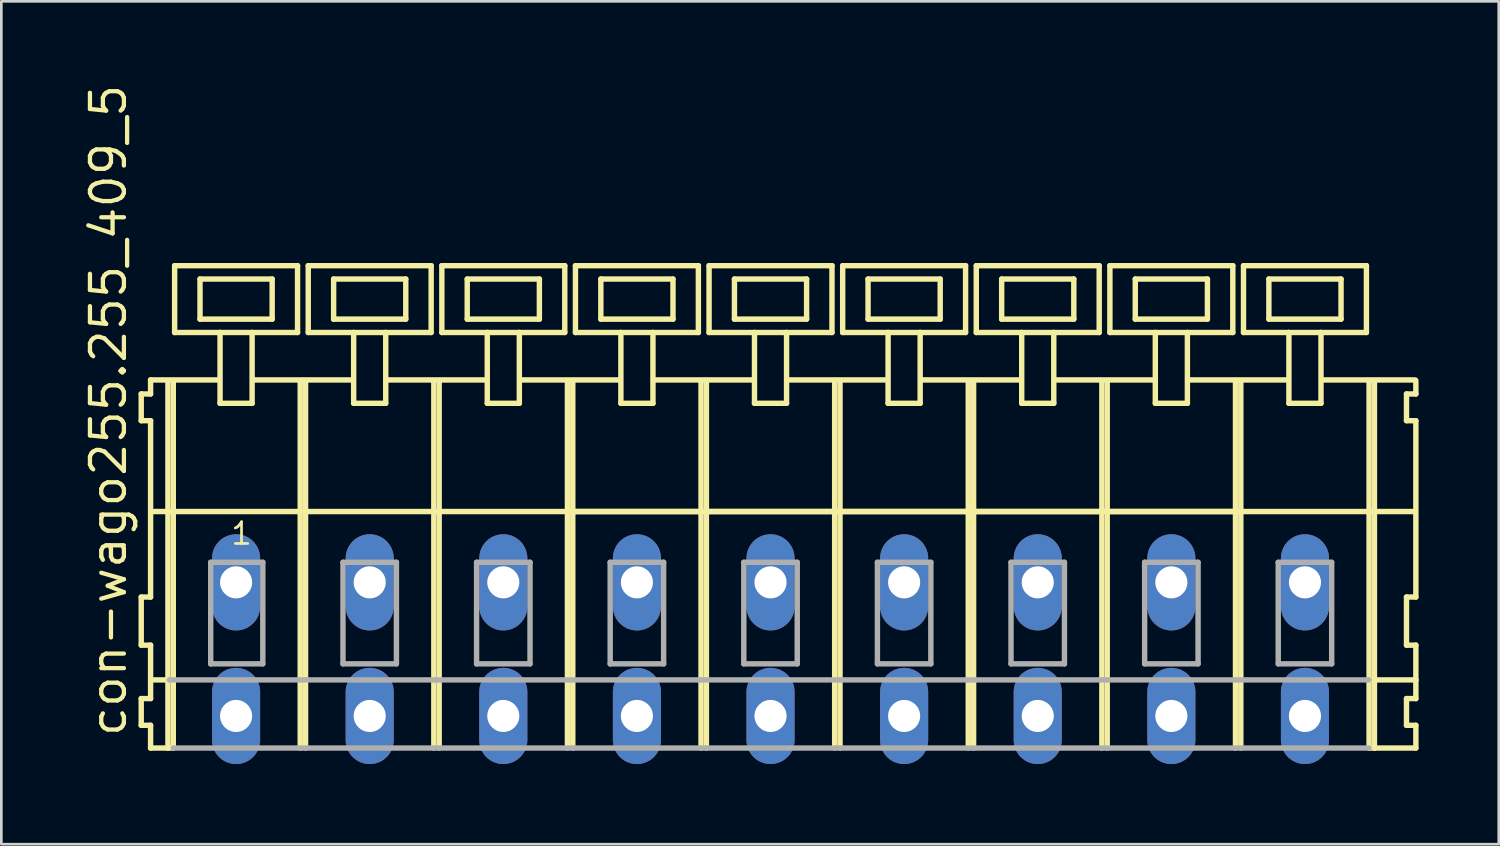
<source format=kicad_pcb>
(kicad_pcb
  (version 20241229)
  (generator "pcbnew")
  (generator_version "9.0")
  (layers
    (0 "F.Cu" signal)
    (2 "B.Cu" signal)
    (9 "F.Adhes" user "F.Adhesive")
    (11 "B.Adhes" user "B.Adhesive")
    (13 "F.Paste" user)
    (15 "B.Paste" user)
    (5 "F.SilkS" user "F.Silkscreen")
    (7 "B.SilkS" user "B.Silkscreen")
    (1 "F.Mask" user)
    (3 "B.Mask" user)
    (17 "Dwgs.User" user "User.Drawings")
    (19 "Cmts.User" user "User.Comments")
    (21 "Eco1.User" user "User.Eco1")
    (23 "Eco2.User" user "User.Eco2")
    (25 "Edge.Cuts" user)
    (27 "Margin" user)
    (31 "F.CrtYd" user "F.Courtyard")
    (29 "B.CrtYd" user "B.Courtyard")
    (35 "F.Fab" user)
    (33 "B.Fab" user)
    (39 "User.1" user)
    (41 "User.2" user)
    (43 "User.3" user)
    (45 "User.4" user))
  (footprint "con-wago255.255_409_5"
    (layer "F.Cu")
    (at 23.285 18.743)
    (property "Reference" "con-wago255.255_409_5" (at -21.535 5.855 90) (layer "F.SilkS") (effects (font (size 1.27 1.27) (thickness 0.16)) (justify left bottom)))
    (attr through_hole)
    (fp_line (start -21.05 -7.05) (end -21.05 -6.05) (stroke (width 0.203) (type default)) (layer "F.SilkS"))
    (fp_line (start -21.05 -6.05) (end -20.7 -6.05) (stroke (width 0.203) (type default)) (layer "F.SilkS"))
    (fp_line (start -21.05 0.55) (end -21.05 2.35) (stroke (width 0.203) (type default)) (layer "F.SilkS"))
    (fp_line (start -21.05 2.35) (end -20.7 2.35) (stroke (width 0.203) (type default)) (layer "F.SilkS"))
    (fp_line (start -21.05 4.35) (end -21.05 5.35) (stroke (width 0.203) (type default)) (layer "F.SilkS"))
    (fp_line (start -21.05 5.35) (end -20.7 5.35) (stroke (width 0.203) (type default)) (layer "F.SilkS"))
    (fp_line (start -20.7 -7.575) (end -20.7 -7.05) (stroke (width 0.203) (type default)) (layer "F.SilkS"))
    (fp_line (start -20.7 -7.575) (end -18.125 -7.575) (stroke (width 0.203) (type default)) (layer "F.SilkS"))
    (fp_line (start -20.7 -7.05) (end -21.05 -7.05) (stroke (width 0.203) (type default)) (layer "F.SilkS"))
    (fp_line (start -20.7 -6.05) (end -20.7 0.55) (stroke (width 0.203) (type default)) (layer "F.SilkS"))
    (fp_line (start -20.7 0.55) (end -21.05 0.55) (stroke (width 0.203) (type default)) (layer "F.SilkS"))
    (fp_line (start -20.7 2.35) (end -20.7 4.35) (stroke (width 0.203) (type default)) (layer "F.SilkS"))
    (fp_line (start -20.7 3.65) (end -20 3.65) (stroke (width 0.203) (type default)) (layer "F.SilkS"))
    (fp_line (start -20.7 4.35) (end -21.05 4.35) (stroke (width 0.203) (type default)) (layer "F.SilkS"))
    (fp_line (start -20.7 5.35) (end -20.7 6.2) (stroke (width 0.203) (type default)) (layer "F.SilkS"))
    (fp_line (start -20.7 6.2) (end -20.05 6.2) (stroke (width 0.203) (type default)) (layer "F.SilkS"))
    (fp_line (start -20.65 -2.65) (end -15.1 -2.65) (stroke (width 0.203) (type default)) (layer "F.SilkS"))
    (fp_line (start -20.05 -7.55) (end -20.05 6.2) (stroke (width 0.203) (type default)) (layer "F.SilkS"))
    (fp_line (start -20.05 6.2) (end -19.85 6.2) (stroke (width 0.203) (type default)) (layer "F.SilkS"))
    (fp_line (start -19.85 -7.55) (end -19.85 6.2) (stroke (width 0.203) (type default)) (layer "F.SilkS"))
    (fp_line (start -19.8 -11.85) (end -19.8 -9.35) (stroke (width 0.203) (type default)) (layer "F.SilkS"))
    (fp_line (start -19.8 -9.35) (end -18.1 -9.35) (stroke (width 0.203) (type default)) (layer "F.SilkS"))
    (fp_line (start -18.85 -11.35) (end -18.85 -9.85) (stroke (width 0.203) (type default)) (layer "F.SilkS"))
    (fp_line (start -18.85 -9.85) (end -16.15 -9.85) (stroke (width 0.203) (type default)) (layer "F.SilkS"))
    (fp_line (start -18.1 -9.35) (end -18.1 -6.7) (stroke (width 0.203) (type default)) (layer "F.SilkS"))
    (fp_line (start -18.1 -9.35) (end -16.9 -9.35) (stroke (width 0.203) (type default)) (layer "F.SilkS"))
    (fp_line (start -18.1 -6.7) (end -16.9 -6.7) (stroke (width 0.203) (type default)) (layer "F.SilkS"))
    (fp_line (start -16.9 -9.35) (end -15.2 -9.35) (stroke (width 0.203) (type default)) (layer "F.SilkS"))
    (fp_line (start -16.9 -6.7) (end -16.9 -9.35) (stroke (width 0.203) (type default)) (layer "F.SilkS"))
    (fp_line (start -16.825 -7.575) (end -13.125 -7.575) (stroke (width 0.203) (type default)) (layer "F.SilkS"))
    (fp_line (start -16.15 -11.35) (end -18.85 -11.35) (stroke (width 0.203) (type default)) (layer "F.SilkS"))
    (fp_line (start -16.15 -9.85) (end -16.15 -11.35) (stroke (width 0.203) (type default)) (layer "F.SilkS"))
    (fp_line (start -15.2 -11.85) (end -19.8 -11.85) (stroke (width 0.203) (type default)) (layer "F.SilkS"))
    (fp_line (start -15.2 -9.35) (end -15.2 -11.85) (stroke (width 0.203) (type default)) (layer "F.SilkS"))
    (fp_line (start -15.1 -7.55) (end -15.1 -2.65) (stroke (width 0.203) (type default)) (layer "F.SilkS"))
    (fp_line (start -15.1 -2.65) (end -15.1 6.2) (stroke (width 0.203) (type default)) (layer "F.SilkS"))
    (fp_line (start -14.9 -7.55) (end -14.9 -2.65) (stroke (width 0.203) (type default)) (layer "F.SilkS"))
    (fp_line (start -14.9 -2.65) (end -14.9 6.2) (stroke (width 0.203) (type default)) (layer "F.SilkS"))
    (fp_line (start -14.9 -2.65) (end -10.1 -2.65) (stroke (width 0.203) (type default)) (layer "F.SilkS"))
    (fp_line (start -14.8 -11.85) (end -14.8 -9.35) (stroke (width 0.203) (type default)) (layer "F.SilkS"))
    (fp_line (start -14.8 -9.35) (end -13.1 -9.35) (stroke (width 0.203) (type default)) (layer "F.SilkS"))
    (fp_line (start -13.85 -11.35) (end -13.85 -9.85) (stroke (width 0.203) (type default)) (layer "F.SilkS"))
    (fp_line (start -13.85 -9.85) (end -11.15 -9.85) (stroke (width 0.203) (type default)) (layer "F.SilkS"))
    (fp_line (start -13.1 -9.35) (end -13.1 -6.7) (stroke (width 0.203) (type default)) (layer "F.SilkS"))
    (fp_line (start -13.1 -9.35) (end -11.9 -9.35) (stroke (width 0.203) (type default)) (layer "F.SilkS"))
    (fp_line (start -13.1 -6.7) (end -11.9 -6.7) (stroke (width 0.203) (type default)) (layer "F.SilkS"))
    (fp_line (start -11.9 -9.35) (end -10.2 -9.35) (stroke (width 0.203) (type default)) (layer "F.SilkS"))
    (fp_line (start -11.9 -6.7) (end -11.9 -9.35) (stroke (width 0.203) (type default)) (layer "F.SilkS"))
    (fp_line (start -11.875 -7.575) (end -8.125 -7.575) (stroke (width 0.203) (type default)) (layer "F.SilkS"))
    (fp_line (start -11.15 -11.35) (end -13.85 -11.35) (stroke (width 0.203) (type default)) (layer "F.SilkS"))
    (fp_line (start -11.15 -9.85) (end -11.15 -11.35) (stroke (width 0.203) (type default)) (layer "F.SilkS"))
    (fp_line (start -10.2 -11.85) (end -14.8 -11.85) (stroke (width 0.203) (type default)) (layer "F.SilkS"))
    (fp_line (start -10.2 -9.35) (end -10.2 -11.85) (stroke (width 0.203) (type default)) (layer "F.SilkS"))
    (fp_line (start -10.1 -7.55) (end -10.1 -2.65) (stroke (width 0.203) (type default)) (layer "F.SilkS"))
    (fp_line (start -10.1 -2.65) (end -10.1 6.2) (stroke (width 0.203) (type default)) (layer "F.SilkS"))
    (fp_line (start -10.1 -2.65) (end -9.9 -2.65) (stroke (width 0.203) (type default)) (layer "F.SilkS"))
    (fp_line (start -9.9 -7.55) (end -9.9 -2.65) (stroke (width 0.203) (type default)) (layer "F.SilkS"))
    (fp_line (start -9.9 -2.65) (end -9.9 6.2) (stroke (width 0.203) (type default)) (layer "F.SilkS"))
    (fp_line (start -9.9 -2.65) (end -5.1 -2.65) (stroke (width 0.203) (type default)) (layer "F.SilkS"))
    (fp_line (start -9.8 -11.85) (end -9.8 -9.35) (stroke (width 0.203) (type default)) (layer "F.SilkS"))
    (fp_line (start -9.8 -9.35) (end -8.1 -9.35) (stroke (width 0.203) (type default)) (layer "F.SilkS"))
    (fp_line (start -8.85 -11.35) (end -8.85 -9.85) (stroke (width 0.203) (type default)) (layer "F.SilkS"))
    (fp_line (start -8.85 -9.85) (end -6.15 -9.85) (stroke (width 0.203) (type default)) (layer "F.SilkS"))
    (fp_line (start -8.1 -9.35) (end -8.1 -6.7) (stroke (width 0.203) (type default)) (layer "F.SilkS"))
    (fp_line (start -8.1 -9.35) (end -6.9 -9.35) (stroke (width 0.203) (type default)) (layer "F.SilkS"))
    (fp_line (start -8.1 -6.7) (end -6.9 -6.7) (stroke (width 0.203) (type default)) (layer "F.SilkS"))
    (fp_line (start -6.9 -9.35) (end -5.2 -9.35) (stroke (width 0.203) (type default)) (layer "F.SilkS"))
    (fp_line (start -6.9 -6.7) (end -6.9 -9.35) (stroke (width 0.203) (type default)) (layer "F.SilkS"))
    (fp_line (start -6.875 -7.575) (end -3.125 -7.575) (stroke (width 0.203) (type default)) (layer "F.SilkS"))
    (fp_line (start -6.15 -11.35) (end -8.85 -11.35) (stroke (width 0.203) (type default)) (layer "F.SilkS"))
    (fp_line (start -6.15 -9.85) (end -6.15 -11.35) (stroke (width 0.203) (type default)) (layer "F.SilkS"))
    (fp_line (start -5.2 -11.85) (end -9.8 -11.85) (stroke (width 0.203) (type default)) (layer "F.SilkS"))
    (fp_line (start -5.2 -9.35) (end -5.2 -11.85) (stroke (width 0.203) (type default)) (layer "F.SilkS"))
    (fp_line (start -5.1 -7.55) (end -5.1 -2.65) (stroke (width 0.203) (type default)) (layer "F.SilkS"))
    (fp_line (start -5.1 -2.65) (end -5.1 6.2) (stroke (width 0.203) (type default)) (layer "F.SilkS"))
    (fp_line (start -5.1 -2.65) (end -4.9 -2.65) (stroke (width 0.203) (type default)) (layer "F.SilkS"))
    (fp_line (start -5.1 -2.65) (end 24.9 -2.65) (stroke (width 0.203) (type default)) (layer "F.SilkS"))
    (fp_line (start -4.9 -7.55) (end -4.9 -2.65) (stroke (width 0.203) (type default)) (layer "F.SilkS"))
    (fp_line (start -4.9 -2.65) (end -4.9 6.2) (stroke (width 0.203) (type default)) (layer "F.SilkS"))
    (fp_line (start -4.9 -2.65) (end -0.1 -2.65) (stroke (width 0.203) (type default)) (layer "F.SilkS"))
    (fp_line (start -4.8 -11.85) (end -4.8 -9.35) (stroke (width 0.203) (type default)) (layer "F.SilkS"))
    (fp_line (start -4.8 -9.35) (end -3.1 -9.35) (stroke (width 0.203) (type default)) (layer "F.SilkS"))
    (fp_line (start -3.85 -11.35) (end -3.85 -9.85) (stroke (width 0.203) (type default)) (layer "F.SilkS"))
    (fp_line (start -3.85 -9.85) (end -1.15 -9.85) (stroke (width 0.203) (type default)) (layer "F.SilkS"))
    (fp_line (start -3.1 -9.35) (end -3.1 -6.7) (stroke (width 0.203) (type default)) (layer "F.SilkS"))
    (fp_line (start -3.1 -9.35) (end -1.9 -9.35) (stroke (width 0.203) (type default)) (layer "F.SilkS"))
    (fp_line (start -3.1 -6.7) (end -1.9 -6.7) (stroke (width 0.203) (type default)) (layer "F.SilkS"))
    (fp_line (start -1.9 -9.35) (end -0.2 -9.35) (stroke (width 0.203) (type default)) (layer "F.SilkS"))
    (fp_line (start -1.9 -6.7) (end -1.9 -9.35) (stroke (width 0.203) (type default)) (layer "F.SilkS"))
    (fp_line (start -1.875 -7.575) (end 1.875 -7.575) (stroke (width 0.203) (type default)) (layer "F.SilkS"))
    (fp_line (start -1.15 -11.35) (end -3.85 -11.35) (stroke (width 0.203) (type default)) (layer "F.SilkS"))
    (fp_line (start -1.15 -9.85) (end -1.15 -11.35) (stroke (width 0.203) (type default)) (layer "F.SilkS"))
    (fp_line (start -0.2 -11.85) (end -4.8 -11.85) (stroke (width 0.203) (type default)) (layer "F.SilkS"))
    (fp_line (start -0.2 -9.35) (end -0.2 -11.85) (stroke (width 0.203) (type default)) (layer "F.SilkS"))
    (fp_line (start -0.1 -7.55) (end -0.1 -2.65) (stroke (width 0.203) (type default)) (layer "F.SilkS"))
    (fp_line (start -0.1 -2.65) (end -0.1 6.2) (stroke (width 0.203) (type default)) (layer "F.SilkS"))
    (fp_line (start -0.1 -2.65) (end 0.1 -2.65) (stroke (width 0.203) (type default)) (layer "F.SilkS"))
    (fp_line (start 0.1 -7.55) (end 0.1 -2.65) (stroke (width 0.203) (type default)) (layer "F.SilkS"))
    (fp_line (start 0.1 -2.65) (end 0.1 6.2) (stroke (width 0.203) (type default)) (layer "F.SilkS"))
    (fp_line (start 0.1 -2.65) (end 4.9 -2.65) (stroke (width 0.203) (type default)) (layer "F.SilkS"))
    (fp_line (start 0.2 -11.85) (end 0.2 -9.35) (stroke (width 0.203) (type default)) (layer "F.SilkS"))
    (fp_line (start 0.2 -9.35) (end 1.9 -9.35) (stroke (width 0.203) (type default)) (layer "F.SilkS"))
    (fp_line (start 1.15 -11.35) (end 1.15 -9.85) (stroke (width 0.203) (type default)) (layer "F.SilkS"))
    (fp_line (start 1.15 -9.85) (end 3.85 -9.85) (stroke (width 0.203) (type default)) (layer "F.SilkS"))
    (fp_line (start 1.9 -9.35) (end 1.9 -6.7) (stroke (width 0.203) (type default)) (layer "F.SilkS"))
    (fp_line (start 1.9 -9.35) (end 3.1 -9.35) (stroke (width 0.203) (type default)) (layer "F.SilkS"))
    (fp_line (start 1.9 -6.7) (end 3.1 -6.7) (stroke (width 0.203) (type default)) (layer "F.SilkS"))
    (fp_line (start 3.1 -9.35) (end 4.8 -9.35) (stroke (width 0.203) (type default)) (layer "F.SilkS"))
    (fp_line (start 3.1 -6.7) (end 3.1 -9.35) (stroke (width 0.203) (type default)) (layer "F.SilkS"))
    (fp_line (start 3.125 -7.575) (end 6.875 -7.575) (stroke (width 0.203) (type default)) (layer "F.SilkS"))
    (fp_line (start 3.85 -11.35) (end 1.15 -11.35) (stroke (width 0.203) (type default)) (layer "F.SilkS"))
    (fp_line (start 3.85 -9.85) (end 3.85 -11.35) (stroke (width 0.203) (type default)) (layer "F.SilkS"))
    (fp_line (start 4.8 -11.85) (end 0.2 -11.85) (stroke (width 0.203) (type default)) (layer "F.SilkS"))
    (fp_line (start 4.8 -9.35) (end 4.8 -11.85) (stroke (width 0.203) (type default)) (layer "F.SilkS"))
    (fp_line (start 4.9 -7.55) (end 4.9 -2.65) (stroke (width 0.203) (type default)) (layer "F.SilkS"))
    (fp_line (start 4.9 -2.65) (end 4.9 6.2) (stroke (width 0.203) (type default)) (layer "F.SilkS"))
    (fp_line (start 4.9 -2.65) (end 5.1 -2.65) (stroke (width 0.203) (type default)) (layer "F.SilkS"))
    (fp_line (start 5.1 -7.55) (end 5.1 -2.65) (stroke (width 0.203) (type default)) (layer "F.SilkS"))
    (fp_line (start 5.1 -2.65) (end 5.1 6.2) (stroke (width 0.203) (type default)) (layer "F.SilkS"))
    (fp_line (start 5.1 -2.65) (end 9.9 -2.65) (stroke (width 0.203) (type default)) (layer "F.SilkS"))
    (fp_line (start 5.2 -11.85) (end 5.2 -9.35) (stroke (width 0.203) (type default)) (layer "F.SilkS"))
    (fp_line (start 5.2 -9.35) (end 6.9 -9.35) (stroke (width 0.203) (type default)) (layer "F.SilkS"))
    (fp_line (start 6.15 -11.35) (end 6.15 -9.85) (stroke (width 0.203) (type default)) (layer "F.SilkS"))
    (fp_line (start 6.15 -9.85) (end 8.85 -9.85) (stroke (width 0.203) (type default)) (layer "F.SilkS"))
    (fp_line (start 6.9 -9.35) (end 6.9 -6.7) (stroke (width 0.203) (type default)) (layer "F.SilkS"))
    (fp_line (start 6.9 -9.35) (end 8.1 -9.35) (stroke (width 0.203) (type default)) (layer "F.SilkS"))
    (fp_line (start 6.9 -6.7) (end 8.1 -6.7) (stroke (width 0.203) (type default)) (layer "F.SilkS"))
    (fp_line (start 8.1 -9.35) (end 9.8 -9.35) (stroke (width 0.203) (type default)) (layer "F.SilkS"))
    (fp_line (start 8.1 -6.7) (end 8.1 -9.35) (stroke (width 0.203) (type default)) (layer "F.SilkS"))
    (fp_line (start 8.125 -7.575) (end 11.875 -7.575) (stroke (width 0.203) (type default)) (layer "F.SilkS"))
    (fp_line (start 8.85 -11.35) (end 6.15 -11.35) (stroke (width 0.203) (type default)) (layer "F.SilkS"))
    (fp_line (start 8.85 -9.85) (end 8.85 -11.35) (stroke (width 0.203) (type default)) (layer "F.SilkS"))
    (fp_line (start 9.8 -11.85) (end 5.2 -11.85) (stroke (width 0.203) (type default)) (layer "F.SilkS"))
    (fp_line (start 9.8 -9.35) (end 9.8 -11.85) (stroke (width 0.203) (type default)) (layer "F.SilkS"))
    (fp_line (start 9.9 -7.55) (end 9.9 -2.65) (stroke (width 0.203) (type default)) (layer "F.SilkS"))
    (fp_line (start 9.9 -2.65) (end 9.9 6.2) (stroke (width 0.203) (type default)) (layer "F.SilkS"))
    (fp_line (start 9.9 -2.65) (end 10.1 -2.65) (stroke (width 0.203) (type default)) (layer "F.SilkS"))
    (fp_line (start 10.1 -7.55) (end 10.1 -2.65) (stroke (width 0.203) (type default)) (layer "F.SilkS"))
    (fp_line (start 10.1 -2.65) (end 10.1 6.2) (stroke (width 0.203) (type default)) (layer "F.SilkS"))
    (fp_line (start 10.1 -2.65) (end 14.9 -2.65) (stroke (width 0.203) (type default)) (layer "F.SilkS"))
    (fp_line (start 10.2 -11.85) (end 10.2 -9.35) (stroke (width 0.203) (type default)) (layer "F.SilkS"))
    (fp_line (start 10.2 -9.35) (end 11.9 -9.35) (stroke (width 0.203) (type default)) (layer "F.SilkS"))
    (fp_line (start 11.15 -11.35) (end 11.15 -9.85) (stroke (width 0.203) (type default)) (layer "F.SilkS"))
    (fp_line (start 11.15 -9.85) (end 13.85 -9.85) (stroke (width 0.203) (type default)) (layer "F.SilkS"))
    (fp_line (start 11.9 -9.35) (end 11.9 -6.7) (stroke (width 0.203) (type default)) (layer "F.SilkS"))
    (fp_line (start 11.9 -9.35) (end 13.1 -9.35) (stroke (width 0.203) (type default)) (layer "F.SilkS"))
    (fp_line (start 11.9 -6.7) (end 13.1 -6.7) (stroke (width 0.203) (type default)) (layer "F.SilkS"))
    (fp_line (start 13.1 -9.35) (end 14.8 -9.35) (stroke (width 0.203) (type default)) (layer "F.SilkS"))
    (fp_line (start 13.1 -6.7) (end 13.1 -9.35) (stroke (width 0.203) (type default)) (layer "F.SilkS"))
    (fp_line (start 13.125 -7.575) (end 16.875 -7.575) (stroke (width 0.203) (type default)) (layer "F.SilkS"))
    (fp_line (start 13.85 -11.35) (end 11.15 -11.35) (stroke (width 0.203) (type default)) (layer "F.SilkS"))
    (fp_line (start 13.85 -9.85) (end 13.85 -11.35) (stroke (width 0.203) (type default)) (layer "F.SilkS"))
    (fp_line (start 14.8 -11.85) (end 10.2 -11.85) (stroke (width 0.203) (type default)) (layer "F.SilkS"))
    (fp_line (start 14.8 -9.35) (end 14.8 -11.85) (stroke (width 0.203) (type default)) (layer "F.SilkS"))
    (fp_line (start 14.9 -7.55) (end 14.9 -2.65) (stroke (width 0.203) (type default)) (layer "F.SilkS"))
    (fp_line (start 14.9 -2.65) (end 14.9 6.2) (stroke (width 0.203) (type default)) (layer "F.SilkS"))
    (fp_line (start 14.9 -2.65) (end 15.1 -2.65) (stroke (width 0.203) (type default)) (layer "F.SilkS"))
    (fp_line (start 15.1 -7.55) (end 15.1 -2.65) (stroke (width 0.203) (type default)) (layer "F.SilkS"))
    (fp_line (start 15.1 -2.65) (end 15.1 6.2) (stroke (width 0.203) (type default)) (layer "F.SilkS"))
    (fp_line (start 15.1 -2.65) (end 19.9 -2.65) (stroke (width 0.203) (type default)) (layer "F.SilkS"))
    (fp_line (start 15.2 -11.85) (end 15.2 -9.35) (stroke (width 0.203) (type default)) (layer "F.SilkS"))
    (fp_line (start 15.2 -9.35) (end 16.9 -9.35) (stroke (width 0.203) (type default)) (layer "F.SilkS"))
    (fp_line (start 16.15 -11.35) (end 16.15 -9.85) (stroke (width 0.203) (type default)) (layer "F.SilkS"))
    (fp_line (start 16.15 -9.85) (end 18.85 -9.85) (stroke (width 0.203) (type default)) (layer "F.SilkS"))
    (fp_line (start 16.9 -9.35) (end 16.9 -6.7) (stroke (width 0.203) (type default)) (layer "F.SilkS"))
    (fp_line (start 16.9 -9.35) (end 18.1 -9.35) (stroke (width 0.203) (type default)) (layer "F.SilkS"))
    (fp_line (start 16.9 -6.7) (end 18.1 -6.7) (stroke (width 0.203) (type default)) (layer "F.SilkS"))
    (fp_line (start 18.1 -9.35) (end 19.8 -9.35) (stroke (width 0.203) (type default)) (layer "F.SilkS"))
    (fp_line (start 18.1 -6.7) (end 18.1 -9.35) (stroke (width 0.203) (type default)) (layer "F.SilkS"))
    (fp_line (start 18.125 -7.575) (end 21.875 -7.575) (stroke (width 0.203) (type default)) (layer "F.SilkS"))
    (fp_line (start 18.85 -11.35) (end 16.15 -11.35) (stroke (width 0.203) (type default)) (layer "F.SilkS"))
    (fp_line (start 18.85 -9.85) (end 18.85 -11.35) (stroke (width 0.203) (type default)) (layer "F.SilkS"))
    (fp_line (start 19.8 -11.85) (end 15.2 -11.85) (stroke (width 0.203) (type default)) (layer "F.SilkS"))
    (fp_line (start 19.8 -9.35) (end 19.8 -11.85) (stroke (width 0.203) (type default)) (layer "F.SilkS"))
    (fp_line (start 19.9 -7.55) (end 19.9 -2.65) (stroke (width 0.203) (type default)) (layer "F.SilkS"))
    (fp_line (start 19.9 -2.65) (end 19.9 6.2) (stroke (width 0.203) (type default)) (layer "F.SilkS"))
    (fp_line (start 19.9 -2.65) (end 20.1 -2.65) (stroke (width 0.203) (type default)) (layer "F.SilkS"))
    (fp_line (start 20.1 -7.55) (end 20.1 -2.65) (stroke (width 0.203) (type default)) (layer "F.SilkS"))
    (fp_line (start 20.1 -2.65) (end 20.1 6.2) (stroke (width 0.203) (type default)) (layer "F.SilkS"))
    (fp_line (start 20.2 -11.85) (end 20.2 -9.35) (stroke (width 0.203) (type default)) (layer "F.SilkS"))
    (fp_line (start 20.2 -9.35) (end 21.9 -9.35) (stroke (width 0.203) (type default)) (layer "F.SilkS"))
    (fp_line (start 21.15 -11.35) (end 21.15 -9.85) (stroke (width 0.203) (type default)) (layer "F.SilkS"))
    (fp_line (start 21.15 -9.85) (end 23.85 -9.85) (stroke (width 0.203) (type default)) (layer "F.SilkS"))
    (fp_line (start 21.9 -9.35) (end 21.9 -6.7) (stroke (width 0.203) (type default)) (layer "F.SilkS"))
    (fp_line (start 21.9 -9.35) (end 23.1 -9.35) (stroke (width 0.203) (type default)) (layer "F.SilkS"))
    (fp_line (start 21.9 -6.7) (end 23.1 -6.7) (stroke (width 0.203) (type default)) (layer "F.SilkS"))
    (fp_line (start 23.1 -9.35) (end 24.8 -9.35) (stroke (width 0.203) (type default)) (layer "F.SilkS"))
    (fp_line (start 23.1 -6.7) (end 23.1 -9.35) (stroke (width 0.203) (type default)) (layer "F.SilkS"))
    (fp_line (start 23.125 -7.575) (end 26.625 -7.575) (stroke (width 0.203) (type default)) (layer "F.SilkS"))
    (fp_line (start 23.85 -11.35) (end 21.15 -11.35) (stroke (width 0.203) (type default)) (layer "F.SilkS"))
    (fp_line (start 23.85 -9.85) (end 23.85 -11.35) (stroke (width 0.203) (type default)) (layer "F.SilkS"))
    (fp_line (start 24.8 -11.85) (end 20.2 -11.85) (stroke (width 0.203) (type default)) (layer "F.SilkS"))
    (fp_line (start 24.8 -9.35) (end 24.8 -11.85) (stroke (width 0.203) (type default)) (layer "F.SilkS"))
    (fp_line (start 24.9 -7.55) (end 24.9 -2.65) (stroke (width 0.203) (type default)) (layer "F.SilkS"))
    (fp_line (start 24.9 -2.65) (end 24.9 6.2) (stroke (width 0.203) (type default)) (layer "F.SilkS"))
    (fp_line (start 24.9 -2.65) (end 25.1 -2.65) (stroke (width 0.203) (type default)) (layer "F.SilkS"))
    (fp_line (start 24.9 6.2) (end 25.1 6.2) (stroke (width 0.203) (type default)) (layer "F.SilkS"))
    (fp_line (start 24.95 3.65) (end 26.65 3.65) (stroke (width 0.203) (type default)) (layer "F.SilkS"))
    (fp_line (start 25.1 -7.55) (end 25.1 -2.65) (stroke (width 0.203) (type default)) (layer "F.SilkS"))
    (fp_line (start 25.1 -2.65) (end 25.1 6.2) (stroke (width 0.203) (type default)) (layer "F.SilkS"))
    (fp_line (start 25.1 -2.65) (end 26.6 -2.65) (stroke (width 0.203) (type default)) (layer "F.SilkS"))
    (fp_line (start 25.1 6.2) (end 26.65 6.2) (stroke (width 0.203) (type default)) (layer "F.SilkS"))
    (fp_line (start 26.3 -7.05) (end 26.3 -6.05) (stroke (width 0.203) (type default)) (layer "F.SilkS"))
    (fp_line (start 26.3 -6.05) (end 26.65 -6.05) (stroke (width 0.203) (type default)) (layer "F.SilkS"))
    (fp_line (start 26.3 0.55) (end 26.3 2.35) (stroke (width 0.203) (type default)) (layer "F.SilkS"))
    (fp_line (start 26.3 2.35) (end 26.65 2.35) (stroke (width 0.203) (type default)) (layer "F.SilkS"))
    (fp_line (start 26.3 4.35) (end 26.3 5.35) (stroke (width 0.203) (type default)) (layer "F.SilkS"))
    (fp_line (start 26.3 5.35) (end 26.65 5.35) (stroke (width 0.203) (type default)) (layer "F.SilkS"))
    (fp_line (start 26.65 -7.05) (end 26.3 -7.05) (stroke (width 0.203) (type default)) (layer "F.SilkS"))
    (fp_line (start 26.65 -7.05) (end 26.65 -7.55) (stroke (width 0.203) (type default)) (layer "F.SilkS"))
    (fp_line (start 26.65 0.55) (end 26.3 0.55) (stroke (width 0.203) (type default)) (layer "F.SilkS"))
    (fp_line (start 26.65 0.55) (end 26.65 -6.05) (stroke (width 0.203) (type default)) (layer "F.SilkS"))
    (fp_line (start 26.65 3.65) (end 26.65 2.35) (stroke (width 0.203) (type default)) (layer "F.SilkS"))
    (fp_line (start 26.65 4.35) (end 26.3 4.35) (stroke (width 0.203) (type default)) (layer "F.SilkS"))
    (fp_line (start 26.65 4.35) (end 26.65 3.65) (stroke (width 0.203) (type default)) (layer "F.SilkS"))
    (fp_line (start 26.65 6.2) (end 26.65 5.35) (stroke (width 0.203) (type default)) (layer "F.SilkS"))
    (fp_line (start -20 3.65) (end 24.9 3.65) (stroke (width 0.203) (type default)) (layer "F.Fab"))
    (fp_line (start -19.85 6.2) (end 24.9 6.2) (stroke (width 0.203) (type default)) (layer "F.Fab"))
    (fp_line (start -18.45 -0.75) (end -18.45 3.05) (stroke (width 0.203) (type default)) (layer "F.Fab"))
    (fp_line (start -18.45 3.05) (end -16.5 3.05) (stroke (width 0.203) (type default)) (layer "F.Fab"))
    (fp_line (start -16.5 -0.75) (end -18.45 -0.75) (stroke (width 0.203) (type default)) (layer "F.Fab"))
    (fp_line (start -16.5 3.05) (end -16.5 -0.75) (stroke (width 0.203) (type default)) (layer "F.Fab"))
    (fp_line (start -13.5 -0.75) (end -13.5 3.05) (stroke (width 0.203) (type default)) (layer "F.Fab"))
    (fp_line (start -13.5 3.05) (end -11.5 3.05) (stroke (width 0.203) (type default)) (layer "F.Fab"))
    (fp_line (start -11.5 -0.75) (end -13.5 -0.75) (stroke (width 0.203) (type default)) (layer "F.Fab"))
    (fp_line (start -11.5 3.05) (end -11.5 -0.75) (stroke (width 0.203) (type default)) (layer "F.Fab"))
    (fp_line (start -8.5 -0.75) (end -8.5 3.05) (stroke (width 0.203) (type default)) (layer "F.Fab"))
    (fp_line (start -8.5 3.05) (end -6.5 3.05) (stroke (width 0.203) (type default)) (layer "F.Fab"))
    (fp_line (start -6.5 -0.75) (end -8.5 -0.75) (stroke (width 0.203) (type default)) (layer "F.Fab"))
    (fp_line (start -6.5 3.05) (end -6.5 -0.75) (stroke (width 0.203) (type default)) (layer "F.Fab"))
    (fp_line (start -3.5 -0.75) (end -3.5 3.05) (stroke (width 0.203) (type default)) (layer "F.Fab"))
    (fp_line (start -3.5 3.05) (end -1.5 3.05) (stroke (width 0.203) (type default)) (layer "F.Fab"))
    (fp_line (start -1.5 -0.75) (end -3.5 -0.75) (stroke (width 0.203) (type default)) (layer "F.Fab"))
    (fp_line (start -1.5 3.05) (end -1.5 -0.75) (stroke (width 0.203) (type default)) (layer "F.Fab"))
    (fp_line (start 1.5 -0.75) (end 1.5 3.05) (stroke (width 0.203) (type default)) (layer "F.Fab"))
    (fp_line (start 1.5 3.05) (end 3.5 3.05) (stroke (width 0.203) (type default)) (layer "F.Fab"))
    (fp_line (start 3.5 -0.75) (end 1.5 -0.75) (stroke (width 0.203) (type default)) (layer "F.Fab"))
    (fp_line (start 3.5 3.05) (end 3.5 -0.75) (stroke (width 0.203) (type default)) (layer "F.Fab"))
    (fp_line (start 6.5 -0.75) (end 6.5 3.05) (stroke (width 0.203) (type default)) (layer "F.Fab"))
    (fp_line (start 6.5 3.05) (end 8.5 3.05) (stroke (width 0.203) (type default)) (layer "F.Fab"))
    (fp_line (start 8.5 -0.75) (end 6.5 -0.75) (stroke (width 0.203) (type default)) (layer "F.Fab"))
    (fp_line (start 8.5 3.05) (end 8.5 -0.75) (stroke (width 0.203) (type default)) (layer "F.Fab"))
    (fp_line (start 11.5 -0.75) (end 11.5 3.05) (stroke (width 0.203) (type default)) (layer "F.Fab"))
    (fp_line (start 11.5 3.05) (end 13.5 3.05) (stroke (width 0.203) (type default)) (layer "F.Fab"))
    (fp_line (start 13.5 -0.75) (end 11.5 -0.75) (stroke (width 0.203) (type default)) (layer "F.Fab"))
    (fp_line (start 13.5 3.05) (end 13.5 -0.75) (stroke (width 0.203) (type default)) (layer "F.Fab"))
    (fp_line (start 16.5 -0.75) (end 16.5 3.05) (stroke (width 0.203) (type default)) (layer "F.Fab"))
    (fp_line (start 16.5 3.05) (end 18.5 3.05) (stroke (width 0.203) (type default)) (layer "F.Fab"))
    (fp_line (start 18.5 -0.75) (end 16.5 -0.75) (stroke (width 0.203) (type default)) (layer "F.Fab"))
    (fp_line (start 18.5 3.05) (end 18.5 -0.75) (stroke (width 0.203) (type default)) (layer "F.Fab"))
    (fp_line (start 21.5 -0.75) (end 21.5 3.05) (stroke (width 0.203) (type default)) (layer "F.Fab"))
    (fp_line (start 21.5 3.05) (end 23.5 3.05) (stroke (width 0.203) (type default)) (layer "F.Fab"))
    (fp_line (start 23.5 -0.75) (end 21.5 -0.75) (stroke (width 0.203) (type default)) (layer "F.Fab"))
    (fp_line (start 23.5 3.05) (end 23.5 -0.75) (stroke (width 0.203) (type default)) (layer "F.Fab"))
    (fp_text user "1" (at -17.75 -1.35 0) (layer "F.SilkS") (effects (font (size 0.813 0.813) (thickness 0.1)) (justify left bottom)))
    (pad "A1" thru_hole oval (at -17.5 0 90) (size 3.6 1.8) (drill 1.2) (layers "*.Cu" "*.Mask"))
    (pad "A2" thru_hole oval (at -12.5 0 90) (size 3.6 1.8) (drill 1.2) (layers "*.Cu" "*.Mask"))
    (pad "A3" thru_hole oval (at -7.5 0 90) (size 3.6 1.8) (drill 1.2) (layers "*.Cu" "*.Mask"))
    (pad "A4" thru_hole oval (at -2.5 0 90) (size 3.6 1.8) (drill 1.2) (layers "*.Cu" "*.Mask"))
    (pad "A5" thru_hole oval (at 2.5 0 90) (size 3.6 1.8) (drill 1.2) (layers "*.Cu" "*.Mask"))
    (pad "A6" thru_hole oval (at 7.5 0 90) (size 3.6 1.8) (drill 1.2) (layers "*.Cu" "*.Mask"))
    (pad "A7" thru_hole oval (at 12.5 0 90) (size 3.6 1.8) (drill 1.2) (layers "*.Cu" "*.Mask"))
    (pad "A8" thru_hole oval (at 17.5 0 90) (size 3.6 1.8) (drill 1.2) (layers "*.Cu" "*.Mask"))
    (pad "A9" thru_hole oval (at 22.5 0 90) (size 3.6 1.8) (drill 1.2) (layers "*.Cu" "*.Mask"))
    (pad "B1" thru_hole oval (at -17.5 5 90) (size 3.6 1.8) (drill 1.2) (layers "*.Cu" "*.Mask"))
    (pad "B2" thru_hole oval (at -12.5 5 90) (size 3.6 1.8) (drill 1.2) (layers "*.Cu" "*.Mask"))
    (pad "B3" thru_hole oval (at -7.5 5 90) (size 3.6 1.8) (drill 1.2) (layers "*.Cu" "*.Mask"))
    (pad "B4" thru_hole oval (at -2.5 5 90) (size 3.6 1.8) (drill 1.2) (layers "*.Cu" "*.Mask"))
    (pad "B5" thru_hole oval (at 2.5 5 90) (size 3.6 1.8) (drill 1.2) (layers "*.Cu" "*.Mask"))
    (pad "B6" thru_hole oval (at 7.5 5 90) (size 3.6 1.8) (drill 1.2) (layers "*.Cu" "*.Mask"))
    (pad "B7" thru_hole oval (at 12.5 5 90) (size 3.6 1.8) (drill 1.2) (layers "*.Cu" "*.Mask"))
    (pad "B8" thru_hole oval (at 17.5 5 90) (size 3.6 1.8) (drill 1.2) (layers "*.Cu" "*.Mask"))
    (pad "B9" thru_hole oval (at 22.5 5 90) (size 3.6 1.8) (drill 1.2) (layers "*.Cu" "*.Mask")))
  (gr_rect
    (start -3 -3)
    (end 53.037 28.543)
    (stroke (width 0.1) (type default))
    (fill no)
    (layer "Edge.Cuts")))
</source>
